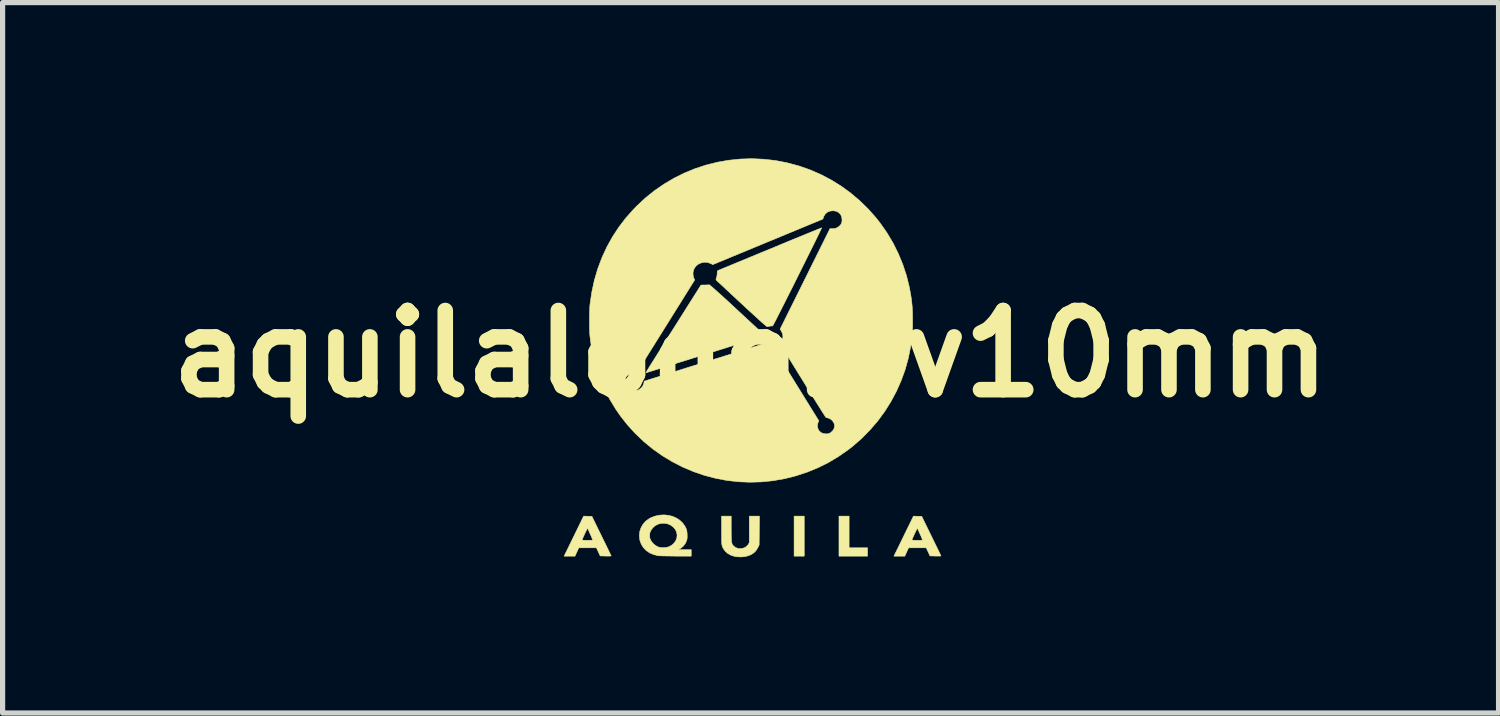
<source format=kicad_pcb>
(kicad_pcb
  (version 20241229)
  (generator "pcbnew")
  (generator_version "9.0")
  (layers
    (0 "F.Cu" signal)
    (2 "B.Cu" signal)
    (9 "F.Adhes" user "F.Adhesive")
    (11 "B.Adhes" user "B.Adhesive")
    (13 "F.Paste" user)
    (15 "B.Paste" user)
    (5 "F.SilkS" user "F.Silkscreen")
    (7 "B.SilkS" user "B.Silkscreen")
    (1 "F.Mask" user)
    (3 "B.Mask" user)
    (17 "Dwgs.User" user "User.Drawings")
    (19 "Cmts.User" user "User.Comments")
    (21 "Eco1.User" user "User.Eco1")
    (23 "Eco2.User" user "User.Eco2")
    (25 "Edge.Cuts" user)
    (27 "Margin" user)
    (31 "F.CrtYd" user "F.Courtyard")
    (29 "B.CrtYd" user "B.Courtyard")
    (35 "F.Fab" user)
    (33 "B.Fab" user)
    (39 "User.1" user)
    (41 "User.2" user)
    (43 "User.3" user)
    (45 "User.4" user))
  (footprint "aquilalogoinv10mm"
    (layer "F.Cu")
    (at 11.401 3.763)
    (property "Reference" "aquilalogoinv10mm" (at 0 0 0) (layer "F.SilkS") (effects (font (size 1.524 1.524) (thickness 0.3))))
    (attr through_hole)
    (fp_poly (pts (xy 1.033 3.895) (xy 0.838 3.895) (xy 0.838 3.124) (xy 1.033 3.124) (xy 1.033 3.895)) (stroke (width 0.01) (type solid)) (fill yes) (layer "F.SilkS"))
    (fp_poly (pts (xy 1.897 3.734) (xy 2.252 3.734) (xy 2.252 3.895) (xy 1.702 3.895) (xy 1.702 3.124) (xy 1.897 3.124) (xy 1.897 3.734)) (stroke (width 0.01) (type solid)) (fill yes) (layer "F.SilkS"))
    (fp_poly (pts (xy -0.787 -1.325) (xy -0.767 -1.309) (xy -0.735 -1.282) (xy -0.693 -1.245) (xy -0.641 -1.198) (xy -0.579 -1.143) (xy -0.508 -1.078) (xy -0.429 -1.006) (xy -0.342 -0.925) (xy -0.287 -0.874) (xy 0.208 -0.415) (xy 0.2 -0.37) (xy 0.192 -0.324) (xy -0.901 0.017) (xy -1.033 0.058) (xy -1.16 0.098) (xy -1.282 0.136) (xy -1.398 0.172) (xy -1.506 0.206) (xy -1.607 0.238) (xy -1.698 0.266) (xy -1.779 0.292) (xy -1.85 0.314) (xy -1.908 0.332) (xy -1.953 0.346) (xy -1.985 0.356) (xy -2.002 0.361) (xy -2.004 0.362) (xy -2.014 0.362) (xy -2.015 0.36) (xy -2.011 0.352) (xy -1.998 0.331) (xy -1.977 0.297) (xy -1.949 0.251) (xy -1.914 0.195) (xy -1.872 0.129) (xy -1.825 0.054) (xy -1.773 -0.029) (xy -1.716 -0.119) (xy -1.656 -0.215) (xy -1.592 -0.317) (xy -1.525 -0.423) (xy -1.485 -0.486) (xy -0.955 -1.325) (xy -0.882 -1.326) (xy -0.847 -1.327) (xy -0.818 -1.328) (xy -0.799 -1.33) (xy -0.796 -1.33) (xy -0.787 -1.325)) (stroke (width 0.01) (type solid)) (fill yes) (layer "F.SilkS"))
    (fp_poly (pts (xy -0.373 3.37) (xy -0.372 3.447) (xy -0.372 3.509) (xy -0.37 3.558) (xy -0.368 3.596) (xy -0.364 3.625) (xy -0.359 3.648) (xy -0.352 3.666) (xy -0.343 3.681) (xy -0.331 3.695) (xy -0.328 3.699) (xy -0.29 3.728) (xy -0.246 3.745) (xy -0.197 3.75) (xy -0.149 3.743) (xy -0.104 3.726) (xy -0.067 3.697) (xy -0.046 3.671) (xy -0.025 3.635) (xy -0.025 3.124) (xy 0.171 3.124) (xy 0.168 3.402) (xy 0.165 3.679) (xy 0.137 3.736) (xy 0.102 3.792) (xy 0.056 3.836) (xy -0.001 3.87) (xy -0.07 3.894) (xy -0.093 3.9) (xy -0.175 3.91) (xy -0.26 3.907) (xy -0.31 3.899) (xy -0.38 3.876) (xy -0.441 3.842) (xy -0.491 3.797) (xy -0.528 3.743) (xy -0.541 3.714) (xy -0.546 3.7) (xy -0.55 3.685) (xy -0.553 3.669) (xy -0.555 3.648) (xy -0.557 3.622) (xy -0.558 3.587) (xy -0.558 3.541) (xy -0.559 3.483) (xy -0.559 3.411) (xy -0.559 3.395) (xy -0.559 3.124) (xy -0.373 3.124) (xy -0.373 3.37)) (stroke (width 0.01) (type solid)) (fill yes) (layer "F.SilkS"))
    (fp_poly (pts (xy -3.135 3.126) (xy -3.055 3.128) (xy -2.87 3.507) (xy -2.833 3.582) (xy -2.799 3.652) (xy -2.768 3.715) (xy -2.741 3.771) (xy -2.718 3.818) (xy -2.701 3.855) (xy -2.689 3.879) (xy -2.684 3.89) (xy -2.684 3.891) (xy -2.692 3.892) (xy -2.714 3.893) (xy -2.746 3.893) (xy -2.785 3.893) (xy -2.79 3.893) (xy -2.896 3.89) (xy -2.932 3.812) (xy -2.968 3.734) (xy -3.308 3.734) (xy -3.344 3.814) (xy -3.381 3.895) (xy -3.59 3.895) (xy -3.579 3.871) (xy -3.573 3.859) (xy -3.56 3.833) (xy -3.542 3.796) (xy -3.518 3.747) (xy -3.49 3.69) (xy -3.459 3.626) (xy -3.438 3.583) (xy -3.243 3.583) (xy -3.235 3.586) (xy -3.213 3.588) (xy -3.181 3.589) (xy -3.142 3.59) (xy -3.141 3.59) (xy -3.102 3.589) (xy -3.07 3.588) (xy -3.048 3.586) (xy -3.04 3.583) (xy -3.04 3.583) (xy -3.043 3.573) (xy -3.052 3.552) (xy -3.064 3.522) (xy -3.079 3.487) (xy -3.096 3.451) (xy -3.111 3.416) (xy -3.124 3.387) (xy -3.134 3.367) (xy -3.138 3.36) (xy -3.143 3.364) (xy -3.152 3.382) (xy -3.166 3.408) (xy -3.182 3.441) (xy -3.198 3.476) (xy -3.214 3.511) (xy -3.228 3.542) (xy -3.238 3.567) (xy -3.243 3.582) (xy -3.243 3.583) (xy -3.438 3.583) (xy -3.425 3.556) (xy -3.391 3.486) (xy -3.214 3.124) (xy -3.135 3.126)) (stroke (width 0.01) (type solid)) (fill yes) (layer "F.SilkS"))
    (fp_poly (pts (xy 3.215 3.126) (xy 3.295 3.128) (xy 3.48 3.507) (xy 3.517 3.582) (xy 3.551 3.652) (xy 3.582 3.715) (xy 3.609 3.771) (xy 3.632 3.818) (xy 3.649 3.855) (xy 3.661 3.879) (xy 3.666 3.89) (xy 3.666 3.891) (xy 3.658 3.892) (xy 3.636 3.893) (xy 3.604 3.893) (xy 3.565 3.893) (xy 3.56 3.893) (xy 3.454 3.89) (xy 3.418 3.812) (xy 3.382 3.734) (xy 3.042 3.734) (xy 3.006 3.814) (xy 2.969 3.895) (xy 2.76 3.895) (xy 2.771 3.871) (xy 2.777 3.859) (xy 2.79 3.833) (xy 2.808 3.796) (xy 2.832 3.747) (xy 2.86 3.69) (xy 2.891 3.626) (xy 2.912 3.583) (xy 3.107 3.583) (xy 3.115 3.586) (xy 3.137 3.588) (xy 3.169 3.589) (xy 3.208 3.59) (xy 3.209 3.59) (xy 3.248 3.589) (xy 3.28 3.588) (xy 3.302 3.586) (xy 3.31 3.583) (xy 3.31 3.583) (xy 3.307 3.573) (xy 3.298 3.552) (xy 3.286 3.522) (xy 3.271 3.487) (xy 3.254 3.451) (xy 3.239 3.416) (xy 3.226 3.387) (xy 3.216 3.367) (xy 3.212 3.36) (xy 3.207 3.364) (xy 3.198 3.382) (xy 3.184 3.408) (xy 3.168 3.441) (xy 3.152 3.476) (xy 3.136 3.511) (xy 3.122 3.542) (xy 3.112 3.567) (xy 3.107 3.582) (xy 3.107 3.583) (xy 2.912 3.583) (xy 2.925 3.556) (xy 2.959 3.486) (xy 3.136 3.124) (xy 3.215 3.126)) (stroke (width 0.01) (type solid)) (fill yes) (layer "F.SilkS"))
    (fp_poly (pts (xy -1.584 3.108) (xy -1.504 3.128) (xy -1.43 3.16) (xy -1.364 3.203) (xy -1.308 3.256) (xy -1.263 3.319) (xy -1.25 3.344) (xy -1.237 3.375) (xy -1.228 3.403) (xy -1.224 3.434) (xy -1.221 3.476) (xy -1.221 3.48) (xy -1.22 3.522) (xy -1.222 3.554) (xy -1.227 3.581) (xy -1.236 3.608) (xy -1.26 3.657) (xy -1.295 3.701) (xy -1.334 3.736) (xy -1.357 3.75) (xy -1.393 3.768) (xy -1.268 3.768) (xy -1.143 3.768) (xy -1.143 3.895) (xy -1.441 3.894) (xy -1.513 3.893) (xy -1.58 3.892) (xy -1.642 3.891) (xy -1.695 3.89) (xy -1.737 3.889) (xy -1.767 3.887) (xy -1.78 3.886) (xy -1.867 3.864) (xy -1.944 3.831) (xy -2.01 3.786) (xy -2.063 3.731) (xy -2.104 3.666) (xy -2.13 3.593) (xy -2.134 3.574) (xy -2.141 3.497) (xy -1.942 3.497) (xy -1.941 3.533) (xy -1.935 3.561) (xy -1.921 3.59) (xy -1.916 3.599) (xy -1.881 3.646) (xy -1.835 3.687) (xy -1.782 3.716) (xy -1.771 3.72) (xy -1.727 3.729) (xy -1.676 3.731) (xy -1.623 3.727) (xy -1.577 3.715) (xy -1.565 3.711) (xy -1.51 3.678) (xy -1.467 3.637) (xy -1.437 3.59) (xy -1.419 3.538) (xy -1.415 3.484) (xy -1.425 3.431) (xy -1.449 3.38) (xy -1.489 3.334) (xy -1.49 3.333) (xy -1.543 3.295) (xy -1.602 3.271) (xy -1.664 3.261) (xy -1.725 3.264) (xy -1.784 3.28) (xy -1.838 3.309) (xy -1.885 3.35) (xy -1.916 3.395) (xy -1.932 3.425) (xy -1.94 3.453) (xy -1.942 3.486) (xy -1.942 3.497) (xy -2.141 3.497) (xy -2.141 3.496) (xy -2.133 3.419) (xy -2.109 3.347) (xy -2.071 3.281) (xy -2.021 3.223) (xy -1.958 3.176) (xy -1.92 3.155) (xy -1.837 3.123) (xy -1.752 3.105) (xy -1.667 3.1) (xy -1.584 3.108)) (stroke (width 0.01) (type solid)) (fill yes) (layer "F.SilkS"))
    (fp_poly (pts (xy 1.369 -2.427) (xy 1.366 -2.419) (xy 1.356 -2.397) (xy 1.339 -2.362) (xy 1.317 -2.315) (xy 1.289 -2.258) (xy 1.256 -2.191) (xy 1.219 -2.115) (xy 1.178 -2.033) (xy 1.134 -1.944) (xy 1.087 -1.85) (xy 1.039 -1.752) (xy 0.988 -1.651) (xy 0.937 -1.548) (xy 0.885 -1.444) (xy 0.834 -1.341) (xy 0.783 -1.239) (xy 0.733 -1.14) (xy 0.685 -1.045) (xy 0.64 -0.955) (xy 0.597 -0.87) (xy 0.558 -0.793) (xy 0.522 -0.723) (xy 0.492 -0.663) (xy 0.466 -0.614) (xy 0.446 -0.575) (xy 0.432 -0.55) (xy 0.425 -0.538) (xy 0.425 -0.537) (xy 0.413 -0.538) (xy 0.39 -0.536) (xy 0.362 -0.532) (xy 0.336 -0.526) (xy 0.322 -0.522) (xy 0.313 -0.527) (xy 0.292 -0.543) (xy 0.259 -0.571) (xy 0.214 -0.61) (xy 0.158 -0.661) (xy 0.09 -0.723) (xy 0.01 -0.796) (xy -0.081 -0.879) (xy -0.169 -0.962) (xy -0.246 -1.032) (xy -0.318 -1.1) (xy -0.387 -1.164) (xy -0.449 -1.222) (xy -0.506 -1.275) (xy -0.555 -1.321) (xy -0.596 -1.359) (xy -0.628 -1.388) (xy -0.649 -1.408) (xy -0.659 -1.417) (xy -0.659 -1.418) (xy -0.666 -1.428) (xy -0.665 -1.441) (xy -0.657 -1.464) (xy -0.657 -1.464) (xy -0.649 -1.493) (xy -0.644 -1.529) (xy -0.643 -1.549) (xy -0.642 -1.581) (xy -0.636 -1.6) (xy -0.633 -1.603) (xy -0.624 -1.606) (xy -0.6 -1.616) (xy -0.563 -1.632) (xy -0.512 -1.653) (xy -0.45 -1.678) (xy -0.377 -1.709) (xy -0.294 -1.743) (xy -0.202 -1.781) (xy -0.102 -1.822) (xy 0.006 -1.867) (xy 0.119 -1.914) (xy 0.238 -1.963) (xy 0.362 -2.014) (xy 0.372 -2.018) (xy 0.495 -2.069) (xy 0.614 -2.119) (xy 0.728 -2.166) (xy 0.836 -2.21) (xy 0.936 -2.251) (xy 1.028 -2.289) (xy 1.111 -2.323) (xy 1.185 -2.353) (xy 1.247 -2.378) (xy 1.298 -2.399) (xy 1.335 -2.414) (xy 1.36 -2.423) (xy 1.369 -2.427) (xy 1.369 -2.427)) (stroke (width 0.01) (type solid)) (fill yes) (layer "F.SilkS"))
    (fp_poly (pts (xy 0.249 -3.748) (xy 0.474 -3.723) (xy 0.699 -3.68) (xy 0.711 -3.677) (xy 0.931 -3.618) (xy 1.146 -3.543) (xy 1.353 -3.453) (xy 1.553 -3.348) (xy 1.745 -3.229) (xy 1.927 -3.096) (xy 2.1 -2.95) (xy 2.263 -2.791) (xy 2.415 -2.62) (xy 2.501 -2.51) (xy 2.63 -2.325) (xy 2.745 -2.131) (xy 2.845 -1.929) (xy 2.931 -1.72) (xy 3.002 -1.505) (xy 3.056 -1.286) (xy 3.081 -1.151) (xy 3.094 -1.07) (xy 3.103 -0.997) (xy 3.11 -0.928) (xy 3.115 -0.857) (xy 3.118 -0.781) (xy 3.119 -0.695) (xy 3.119 -0.643) (xy 3.119 -0.55) (xy 3.117 -0.469) (xy 3.113 -0.396) (xy 3.107 -0.326) (xy 3.099 -0.256) (xy 3.088 -0.18) (xy 3.081 -0.135) (xy 3.036 0.087) (xy 2.976 0.304) (xy 2.899 0.516) (xy 2.808 0.721) (xy 2.702 0.919) (xy 2.583 1.109) (xy 2.449 1.291) (xy 2.302 1.462) (xy 2.143 1.624) (xy 1.972 1.774) (xy 1.875 1.849) (xy 1.69 1.978) (xy 1.497 2.093) (xy 1.295 2.193) (xy 1.087 2.278) (xy 0.874 2.348) (xy 0.656 2.403) (xy 0.434 2.442) (xy 0.21 2.465) (xy -0.015 2.471) (xy -0.224 2.463) (xy -0.45 2.438) (xy -0.672 2.396) (xy -0.89 2.339) (xy -1.102 2.266) (xy -1.308 2.179) (xy -1.506 2.077) (xy -1.697 1.962) (xy -1.88 1.833) (xy -2.053 1.691) (xy -2.216 1.536) (xy -2.368 1.37) (xy -2.508 1.192) (xy -2.595 1.066) (xy -2.713 0.872) (xy -2.816 0.671) (xy -2.866 0.551) (xy -2.421 0.551) (xy -2.41 0.595) (xy -2.388 0.635) (xy -2.357 0.667) (xy -2.317 0.692) (xy -2.273 0.706) (xy -2.224 0.709) (xy -2.174 0.699) (xy -2.151 0.689) (xy -2.108 0.658) (xy -2.075 0.617) (xy -2.056 0.569) (xy -2.054 0.559) (xy -2.049 0.526) (xy -1.966 0.5) (xy -1.948 0.494) (xy -1.915 0.484) (xy -1.867 0.469) (xy -1.807 0.45) (xy -1.735 0.428) (xy -1.651 0.402) (xy -1.558 0.372) (xy -1.456 0.34) (xy -1.346 0.306) (xy -1.229 0.269) (xy -1.107 0.231) (xy -0.979 0.191) (xy -0.848 0.15) (xy -0.818 0.141) (xy 0.248 -0.193) (xy 0.288 -0.168) (xy 0.328 -0.149) (xy 0.375 -0.135) (xy 0.384 -0.133) (xy 0.44 -0.124) (xy 0.877 0.583) (xy 1.314 1.289) (xy 1.299 1.321) (xy 1.288 1.364) (xy 1.289 1.41) (xy 1.302 1.454) (xy 1.316 1.477) (xy 1.351 1.512) (xy 1.394 1.533) (xy 1.447 1.54) (xy 1.452 1.541) (xy 1.487 1.539) (xy 1.513 1.532) (xy 1.539 1.518) (xy 1.542 1.516) (xy 1.577 1.486) (xy 1.603 1.447) (xy 1.616 1.404) (xy 1.617 1.388) (xy 1.609 1.342) (xy 1.586 1.3) (xy 1.553 1.265) (xy 1.511 1.241) (xy 1.496 1.236) (xy 1.472 1.23) (xy 1.454 1.225) (xy 1.451 1.224) (xy 1.447 1.219) (xy 1.439 1.207) (xy 1.425 1.185) (xy 1.405 1.155) (xy 1.38 1.115) (xy 1.348 1.065) (xy 1.311 1.005) (xy 1.266 0.935) (xy 1.216 0.853) (xy 1.158 0.76) (xy 1.092 0.655) (xy 1.02 0.537) (xy 0.939 0.407) (xy 0.851 0.264) (xy 0.754 0.107) (xy 0.648 -0.063) (xy 0.624 -0.103) (xy 0.568 -0.193) (xy 0.59 -0.224) (xy 0.614 -0.274) (xy 0.623 -0.328) (xy 0.617 -0.383) (xy 0.594 -0.435) (xy 0.589 -0.444) (xy 0.568 -0.475) (xy 1.048 -1.442) (xy 1.528 -2.41) (xy 1.579 -2.41) (xy 1.632 -2.416) (xy 1.678 -2.435) (xy 1.713 -2.463) (xy 1.74 -2.493) (xy 1.755 -2.526) (xy 1.761 -2.568) (xy 1.761 -2.583) (xy 1.754 -2.638) (xy 1.733 -2.684) (xy 1.699 -2.72) (xy 1.655 -2.744) (xy 1.601 -2.755) (xy 1.584 -2.755) (xy 1.526 -2.748) (xy 1.477 -2.727) (xy 1.438 -2.693) (xy 1.409 -2.645) (xy 1.403 -2.628) (xy 1.391 -2.595) (xy 0.332 -2.157) (xy -0.728 -1.718) (xy -0.759 -1.735) (xy -0.819 -1.758) (xy -0.88 -1.765) (xy -0.931 -1.758) (xy -0.993 -1.735) (xy -1.042 -1.7) (xy -1.078 -1.655) (xy -1.099 -1.61) (xy -1.108 -1.565) (xy -1.107 -1.516) (xy -1.097 -1.47) (xy -1.092 -1.458) (xy -1.076 -1.423) (xy -1.633 -0.531) (xy -2.19 0.36) (xy -2.249 0.364) (xy -2.307 0.376) (xy -2.354 0.4) (xy -2.39 0.436) (xy -2.402 0.456) (xy -2.419 0.505) (xy -2.421 0.551) (xy -2.866 0.551) (xy -2.903 0.463) (xy -2.975 0.249) (xy -3.032 0.026) (xy -3.075 -0.204) (xy -3.092 -0.334) (xy -3.096 -0.38) (xy -3.099 -0.439) (xy -3.101 -0.508) (xy -3.102 -0.583) (xy -3.102 -0.661) (xy -3.101 -0.738) (xy -3.1 -0.81) (xy -3.097 -0.875) (xy -3.094 -0.929) (xy -3.092 -0.953) (xy -3.057 -1.188) (xy -3.008 -1.416) (xy -2.943 -1.637) (xy -2.863 -1.85) (xy -2.768 -2.056) (xy -2.659 -2.253) (xy -2.535 -2.442) (xy -2.396 -2.623) (xy -2.242 -2.795) (xy -2.193 -2.845) (xy -2.026 -3.001) (xy -1.849 -3.143) (xy -1.664 -3.27) (xy -1.471 -3.384) (xy -1.271 -3.483) (xy -1.066 -3.567) (xy -0.855 -3.636) (xy -0.64 -3.69) (xy -0.421 -3.728) (xy -0.199 -3.751) (xy 0.024 -3.758) (xy 0.249 -3.748)) (stroke (width 0.01) (type solid)) (fill yes) (layer "F.SilkS")))
  (gr_rect
    (start -3 -3)
    (end 25.802 10.678)
    (stroke (width 0.1) (type default))
    (fill no)
    (layer "Edge.Cuts")))
</source>
